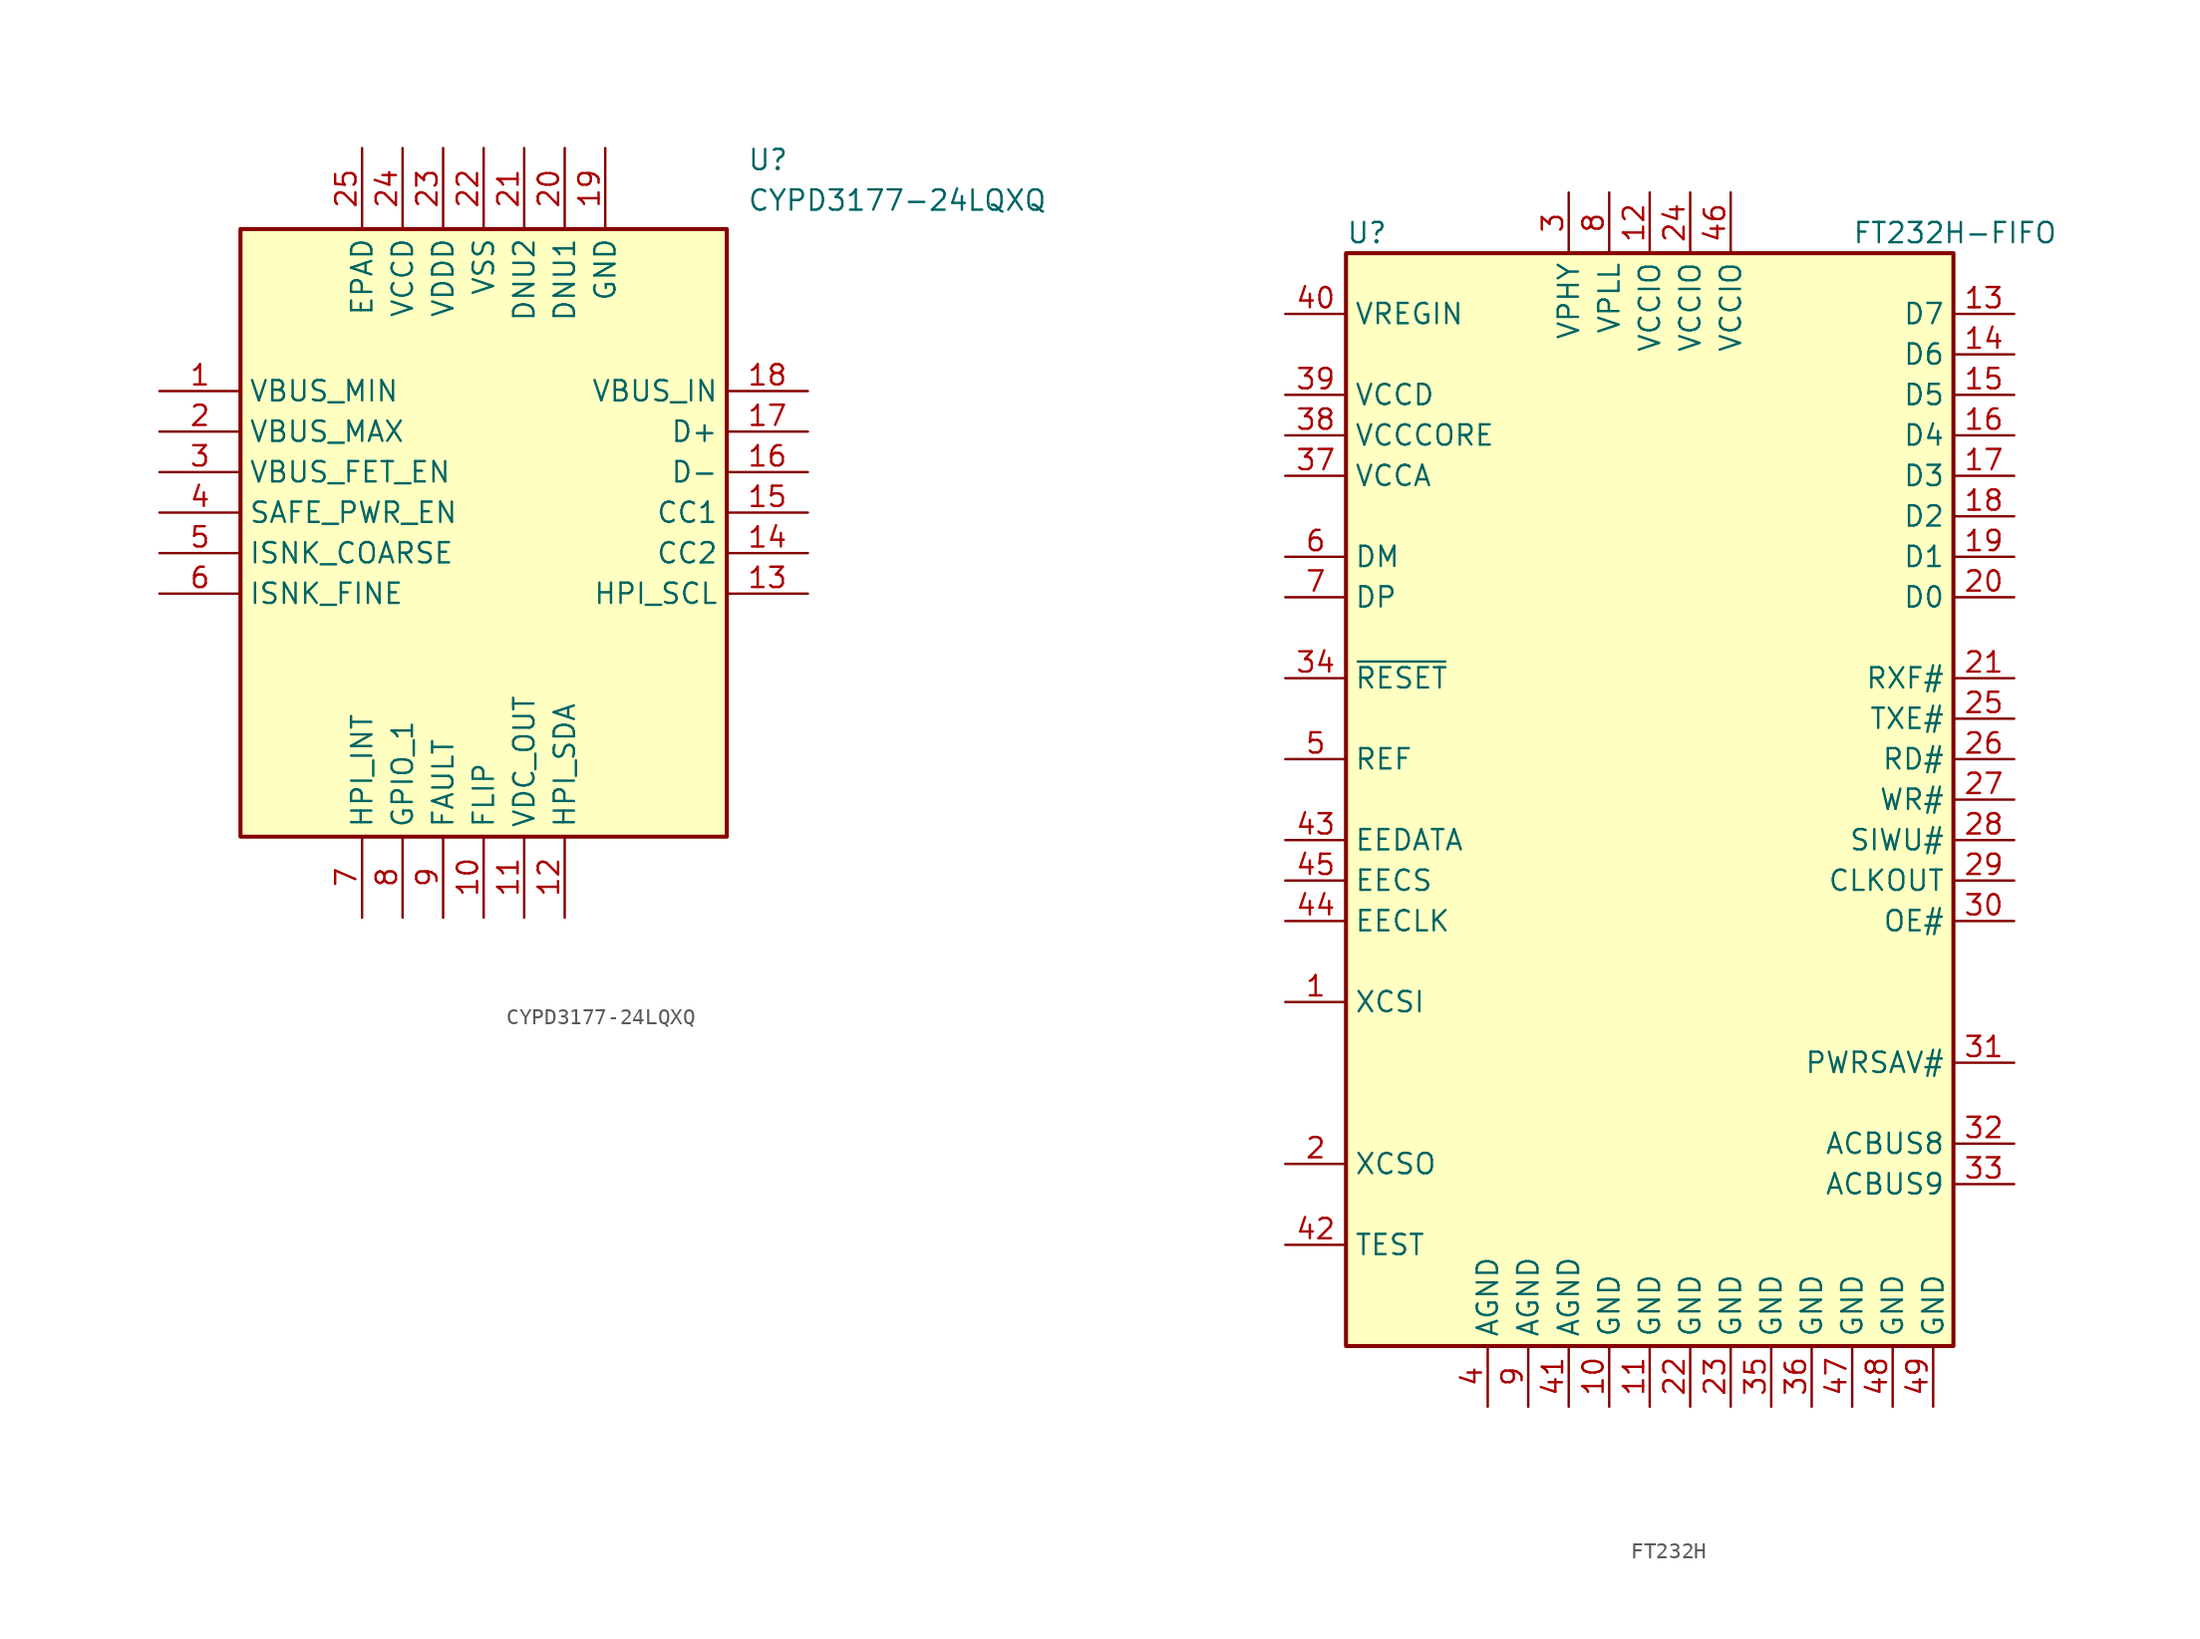
<source format=kicad_sym>
(kicad_symbol_lib
  (version 20220914)
  (generator kicad_symbol_editor)
  (symbol "CYPD3177-24LQXQ"
    (property "Reference" "U"
      (at 36.83 15.24 0)
      (effects (font (size 1.27 1.27)) (justify left top)))
    (property "Value" "CYPD3177-24LQXQ"
      (at 36.83 12.7 0)
      (effects (font (size 1.27 1.27)) (justify left top)))
    (symbol "CYPD3177-24LQXQ_1_1"
      (rectangle (start 5.08 10.16) (end 35.56 -27.94) (stroke (width 0.254) (type default)) (fill (type background)))
      (pin passive line (at 0 0 0) (length 5.08) (name "VBUS_MIN" (effects (font (size 1.27 1.27)))) (number "1" (effects (font (size 1.27 1.27)))))
      (pin passive line (at 20.32 -33.02 90) (length 5.08) (name "FLIP" (effects (font (size 1.27 1.27)))) (number "10" (effects (font (size 1.27 1.27)))))
      (pin passive line (at 22.86 -33.02 90) (length 5.08) (name "VDC_OUT" (effects (font (size 1.27 1.27)))) (number "11" (effects (font (size 1.27 1.27)))))
      (pin passive line (at 25.4 -33.02 90) (length 5.08) (name "HPI_SDA" (effects (font (size 1.27 1.27)))) (number "12" (effects (font (size 1.27 1.27)))))
      (pin passive line (at 40.64 -12.7 180) (length 5.08) (name "HPI_SCL" (effects (font (size 1.27 1.27)))) (number "13" (effects (font (size 1.27 1.27)))))
      (pin passive line (at 40.64 -10.16 180) (length 5.08) (name "CC2" (effects (font (size 1.27 1.27)))) (number "14" (effects (font (size 1.27 1.27)))))
      (pin passive line (at 40.64 -7.62 180) (length 5.08) (name "CC1" (effects (font (size 1.27 1.27)))) (number "15" (effects (font (size 1.27 1.27)))))
      (pin passive line (at 40.64 -5.08 180) (length 5.08) (name "D-" (effects (font (size 1.27 1.27)))) (number "16" (effects (font (size 1.27 1.27)))))
      (pin passive line (at 40.64 -2.54 180) (length 5.08) (name "D+" (effects (font (size 1.27 1.27)))) (number "17" (effects (font (size 1.27 1.27)))))
      (pin passive line (at 40.64 0 180) (length 5.08) (name "VBUS_IN" (effects (font (size 1.27 1.27)))) (number "18" (effects (font (size 1.27 1.27)))))
      (pin passive line (at 27.94 15.24 270) (length 5.08) (name "GND" (effects (font (size 1.27 1.27)))) (number "19" (effects (font (size 1.27 1.27)))))
      (pin passive line (at 0 -2.54 0) (length 5.08) (name "VBUS_MAX" (effects (font (size 1.27 1.27)))) (number "2" (effects (font (size 1.27 1.27)))))
      (pin passive line (at 25.4 15.24 270) (length 5.08) (name "DNU1" (effects (font (size 1.27 1.27)))) (number "20" (effects (font (size 1.27 1.27)))))
      (pin passive line (at 22.86 15.24 270) (length 5.08) (name "DNU2" (effects (font (size 1.27 1.27)))) (number "21" (effects (font (size 1.27 1.27)))))
      (pin passive line (at 20.32 15.24 270) (length 5.08) (name "VSS" (effects (font (size 1.27 1.27)))) (number "22" (effects (font (size 1.27 1.27)))))
      (pin passive line (at 17.78 15.24 270) (length 5.08) (name "VDDD" (effects (font (size 1.27 1.27)))) (number "23" (effects (font (size 1.27 1.27)))))
      (pin passive line (at 15.24 15.24 270) (length 5.08) (name "VCCD" (effects (font (size 1.27 1.27)))) (number "24" (effects (font (size 1.27 1.27)))))
      (pin passive line (at 12.7 15.24 270) (length 5.08) (name "EPAD" (effects (font (size 1.27 1.27)))) (number "25" (effects (font (size 1.27 1.27)))))
      (pin passive line (at 0 -5.08 0) (length 5.08) (name "VBUS_FET_EN" (effects (font (size 1.27 1.27)))) (number "3" (effects (font (size 1.27 1.27)))))
      (pin passive line (at 0 -7.62 0) (length 5.08) (name "SAFE_PWR_EN" (effects (font (size 1.27 1.27)))) (number "4" (effects (font (size 1.27 1.27)))))
      (pin passive line (at 0 -10.16 0) (length 5.08) (name "ISNK_COARSE" (effects (font (size 1.27 1.27)))) (number "5" (effects (font (size 1.27 1.27)))))
      (pin passive line (at 0 -12.7 0) (length 5.08) (name "ISNK_FINE" (effects (font (size 1.27 1.27)))) (number "6" (effects (font (size 1.27 1.27)))))
      (pin passive line (at 12.7 -33.02 90) (length 5.08) (name "HPI_INT" (effects (font (size 1.27 1.27)))) (number "7" (effects (font (size 1.27 1.27)))))
      (pin passive line (at 15.24 -33.02 90) (length 5.08) (name "GPIO_1" (effects (font (size 1.27 1.27)))) (number "8" (effects (font (size 1.27 1.27)))))
      (pin passive line (at 17.78 -33.02 90) (length 5.08) (name "FAULT" (effects (font (size 1.27 1.27)))) (number "9" (effects (font (size 1.27 1.27)))))))
  (symbol "FT232H"
    (property "Reference" "U"
      (at -19.05 35.56 0)
      (effects (font (size 1.27 1.27)) (justify left)))
    (property "Value" "FT232H-FIFO"
      (at 12.7 35.56 0)
      (effects (font (size 1.27 1.27)) (justify left)))
    (symbol "FT232H_0_1"
      (rectangle (start -19.05 34.29) (end 19.05 -34.29) (stroke (width 0.254) (type default)) (fill (type background))))
    (symbol "FT232H_1_1"
      (pin input line (at -22.86 -12.7 0) (length 3.81) (name "XCSI" (effects (font (size 1.27 1.27)))) (number "1" (effects (font (size 1.27 1.27)))))
      (pin power_in line (at -2.54 -38.1 90) (length 3.81) (name "GND" (effects (font (size 1.27 1.27)))) (number "10" (effects (font (size 1.27 1.27)))))
      (pin power_in line (at 0 -38.1 90) (length 3.81) (name "GND" (effects (font (size 1.27 1.27)))) (number "11" (effects (font (size 1.27 1.27)))))
      (pin power_in line (at 0 38.1 270) (length 3.81) (name "VCCIO" (effects (font (size 1.27 1.27)))) (number "12" (effects (font (size 1.27 1.27)))))
      (pin bidirectional line (at 22.86 30.48 180) (length 3.81) (name "D7" (effects (font (size 1.27 1.27)))) (number "13" (effects (font (size 1.27 1.27)))))
      (pin bidirectional line (at 22.86 27.94 180) (length 3.81) (name "D6" (effects (font (size 1.27 1.27)))) (number "14" (effects (font (size 1.27 1.27)))))
      (pin bidirectional line (at 22.86 25.4 180) (length 3.81) (name "D5" (effects (font (size 1.27 1.27)))) (number "15" (effects (font (size 1.27 1.27)))))
      (pin bidirectional line (at 22.86 22.86 180) (length 3.81) (name "D4" (effects (font (size 1.27 1.27)))) (number "16" (effects (font (size 1.27 1.27)))))
      (pin bidirectional line (at 22.86 20.32 180) (length 3.81) (name "D3" (effects (font (size 1.27 1.27)))) (number "17" (effects (font (size 1.27 1.27)))))
      (pin bidirectional line (at 22.86 17.78 180) (length 3.81) (name "D2" (effects (font (size 1.27 1.27)))) (number "18" (effects (font (size 1.27 1.27)))))
      (pin bidirectional line (at 22.86 15.24 180) (length 3.81) (name "D1" (effects (font (size 1.27 1.27)))) (number "19" (effects (font (size 1.27 1.27)))))
      (pin output line (at -22.86 -22.86 0) (length 3.81) (name "XCSO" (effects (font (size 1.27 1.27)))) (number "2" (effects (font (size 1.27 1.27)))))
      (pin bidirectional line (at 22.86 12.7 180) (length 3.81) (name "D0" (effects (font (size 1.27 1.27)))) (number "20" (effects (font (size 1.27 1.27)))))
      (pin output line (at 22.86 7.62 180) (length 3.81) (name "RXF#" (effects (font (size 1.27 1.27)))) (number "21" (effects (font (size 1.27 1.27)))))
      (pin power_in line (at 2.54 -38.1 90) (length 3.81) (name "GND" (effects (font (size 1.27 1.27)))) (number "22" (effects (font (size 1.27 1.27)))))
      (pin power_in line (at 5.08 -38.1 90) (length 3.81) (name "GND" (effects (font (size 1.27 1.27)))) (number "23" (effects (font (size 1.27 1.27)))))
      (pin power_in line (at 2.54 38.1 270) (length 3.81) (name "VCCIO" (effects (font (size 1.27 1.27)))) (number "24" (effects (font (size 1.27 1.27)))))
      (pin output line (at 22.86 5.08 180) (length 3.81) (name "TXE#" (effects (font (size 1.27 1.27)))) (number "25" (effects (font (size 1.27 1.27)))))
      (pin input line (at 22.86 2.54 180) (length 3.81) (name "RD#" (effects (font (size 1.27 1.27)))) (number "26" (effects (font (size 1.27 1.27)))))
      (pin input line (at 22.86 0 180) (length 3.81) (name "WR#" (effects (font (size 1.27 1.27)))) (number "27" (effects (font (size 1.27 1.27)))))
      (pin input line (at 22.86 -2.54 180) (length 3.81) (name "SIWU#" (effects (font (size 1.27 1.27)))) (number "28" (effects (font (size 1.27 1.27)))))
      (pin output line (at 22.86 -5.08 180) (length 3.81) (name "CLKOUT" (effects (font (size 1.27 1.27)))) (number "29" (effects (font (size 1.27 1.27)))))
      (pin power_in line (at -5.08 38.1 270) (length 3.81) (name "VPHY" (effects (font (size 1.27 1.27)))) (number "3" (effects (font (size 1.27 1.27)))))
      (pin input line (at 22.86 -7.62 180) (length 3.81) (name "OE#" (effects (font (size 1.27 1.27)))) (number "30" (effects (font (size 1.27 1.27)))))
      (pin input line (at 22.86 -16.51 180) (length 3.81) (name "PWRSAV#" (effects (font (size 1.27 1.27)))) (number "31" (effects (font (size 1.27 1.27)))))
      (pin bidirectional line (at 22.86 -21.59 180) (length 3.81) (name "ACBUS8" (effects (font (size 1.27 1.27)))) (number "32" (effects (font (size 1.27 1.27)))))
      (pin bidirectional line (at 22.86 -24.13 180) (length 3.81) (name "ACBUS9" (effects (font (size 1.27 1.27)))) (number "33" (effects (font (size 1.27 1.27)))))
      (pin input line (at -22.86 7.62 0) (length 3.81) (name "~{RESET}" (effects (font (size 1.27 1.27)))) (number "34" (effects (font (size 1.27 1.27)))))
      (pin power_in line (at 7.62 -38.1 90) (length 3.81) (name "GND" (effects (font (size 1.27 1.27)))) (number "35" (effects (font (size 1.27 1.27)))))
      (pin power_in line (at 10.16 -38.1 90) (length 3.81) (name "GND" (effects (font (size 1.27 1.27)))) (number "36" (effects (font (size 1.27 1.27)))))
      (pin power_out line (at -22.86 20.32 0) (length 3.81) (name "VCCA" (effects (font (size 1.27 1.27)))) (number "37" (effects (font (size 1.27 1.27)))))
      (pin power_out line (at -22.86 22.86 0) (length 3.81) (name "VCCCORE" (effects (font (size 1.27 1.27)))) (number "38" (effects (font (size 1.27 1.27)))))
      (pin power_in line (at -22.86 25.4 0) (length 3.81) (name "VCCD" (effects (font (size 1.27 1.27)))) (number "39" (effects (font (size 1.27 1.27)))))
      (pin power_in line (at -10.16 -38.1 90) (length 3.81) (name "AGND" (effects (font (size 1.27 1.27)))) (number "4" (effects (font (size 1.27 1.27)))))
      (pin power_in line (at -22.86 30.48 0) (length 3.81) (name "VREGIN" (effects (font (size 1.27 1.27)))) (number "40" (effects (font (size 1.27 1.27)))))
      (pin power_in line (at -5.08 -38.1 90) (length 3.81) (name "AGND" (effects (font (size 1.27 1.27)))) (number "41" (effects (font (size 1.27 1.27)))))
      (pin input line (at -22.86 -27.94 0) (length 3.81) (name "TEST" (effects (font (size 1.27 1.27)))) (number "42" (effects (font (size 1.27 1.27)))))
      (pin bidirectional line (at -22.86 -2.54 0) (length 3.81) (name "EEDATA" (effects (font (size 1.27 1.27)))) (number "43" (effects (font (size 1.27 1.27)))))
      (pin output line (at -22.86 -7.62 0) (length 3.81) (name "EECLK" (effects (font (size 1.27 1.27)))) (number "44" (effects (font (size 1.27 1.27)))))
      (pin output line (at -22.86 -5.08 0) (length 3.81) (name "EECS" (effects (font (size 1.27 1.27)))) (number "45" (effects (font (size 1.27 1.27)))))
      (pin power_in line (at 5.08 38.1 270) (length 3.81) (name "VCCIO" (effects (font (size 1.27 1.27)))) (number "46" (effects (font (size 1.27 1.27)))))
      (pin power_in line (at 12.7 -38.1 90) (length 3.81) (name "GND" (effects (font (size 1.27 1.27)))) (number "47" (effects (font (size 1.27 1.27)))))
      (pin power_in line (at 15.24 -38.1 90) (length 3.81) (name "GND" (effects (font (size 1.27 1.27)))) (number "48" (effects (font (size 1.27 1.27)))))
      (pin power_in line (at 17.78 -38.1 90) (length 3.81) (name "GND" (effects (font (size 1.27 1.27)))) (number "49" (effects (font (size 1.27 1.27)))))
      (pin input line (at -22.86 2.54 0) (length 3.81) (name "REF" (effects (font (size 1.27 1.27)))) (number "5" (effects (font (size 1.27 1.27)))))
      (pin bidirectional line (at -22.86 15.24 0) (length 3.81) (name "DM" (effects (font (size 1.27 1.27)))) (number "6" (effects (font (size 1.27 1.27)))))
      (pin bidirectional line (at -22.86 12.7 0) (length 3.81) (name "DP" (effects (font (size 1.27 1.27)))) (number "7" (effects (font (size 1.27 1.27)))))
      (pin power_in line (at -2.54 38.1 270) (length 3.81) (name "VPLL" (effects (font (size 1.27 1.27)))) (number "8" (effects (font (size 1.27 1.27)))))
      (pin power_in line (at -7.62 -38.1 90) (length 3.81) (name "AGND" (effects (font (size 1.27 1.27)))) (number "9" (effects (font (size 1.27 1.27))))))))
</source>
